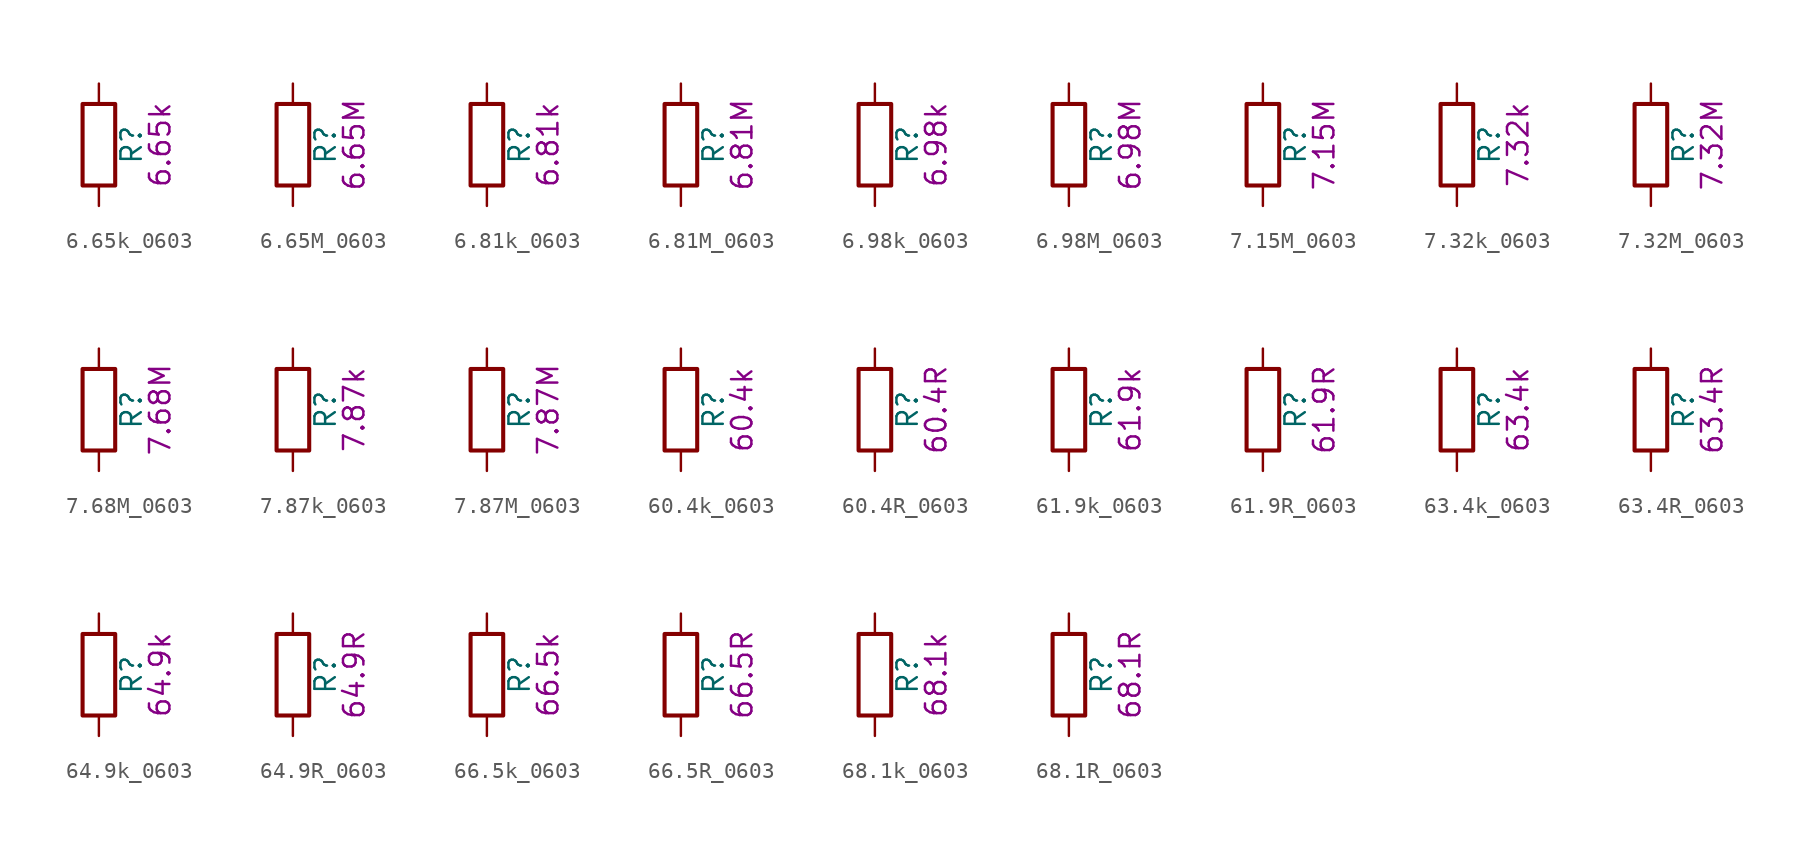
<source format=kicad_sym>
(kicad_symbol_lib
  (version 20211014)
  (generator kicad_symbol_editor)
  (symbol "6.65k_0603"
    (pin_numbers hide)
    (pin_names
      (offset 0))
    (property "Reference" "R"
      (at 2.032 0 90)
      (effects (font (size 1.27 1.27))))
    (property "Display" "6.65k"
      (at 3.81 0 90)
      (effects (font (size 1.27 1.27))))
    (symbol "6.65k_0603_0_1"
      (rectangle (start -1.016 -2.54) (end 1.016 2.54) (stroke (width 0.254) (type default) (color 0 0 0 0)) (fill (type none))))
    (symbol "6.65k_0603_1_1"
      (pin passive line (at 0 3.81 270) (length 1.27) (name "~" (effects (font (size 1.27 1.27)))) (number "1" (effects (font (size 1.27 1.27)))))
      (pin passive line (at 0 -3.81 90) (length 1.27) (name "~" (effects (font (size 1.27 1.27)))) (number "2" (effects (font (size 1.27 1.27)))))))
  (symbol "6.65M_0603"
    (pin_numbers hide)
    (pin_names
      (offset 0))
    (property "Reference" "R"
      (at 2.032 0 90)
      (effects (font (size 1.27 1.27))))
    (property "Display" "6.65M"
      (at 3.81 0 90)
      (effects (font (size 1.27 1.27))))
    (symbol "6.65M_0603_0_1"
      (rectangle (start -1.016 -2.54) (end 1.016 2.54) (stroke (width 0.254) (type default) (color 0 0 0 0)) (fill (type none))))
    (symbol "6.65M_0603_1_1"
      (pin passive line (at 0 3.81 270) (length 1.27) (name "~" (effects (font (size 1.27 1.27)))) (number "1" (effects (font (size 1.27 1.27)))))
      (pin passive line (at 0 -3.81 90) (length 1.27) (name "~" (effects (font (size 1.27 1.27)))) (number "2" (effects (font (size 1.27 1.27)))))))
  (symbol "6.81k_0603"
    (pin_numbers hide)
    (pin_names
      (offset 0))
    (property "Reference" "R"
      (at 2.032 0 90)
      (effects (font (size 1.27 1.27))))
    (property "Display" "6.81k"
      (at 3.81 0 90)
      (effects (font (size 1.27 1.27))))
    (symbol "6.81k_0603_0_1"
      (rectangle (start -1.016 -2.54) (end 1.016 2.54) (stroke (width 0.254) (type default) (color 0 0 0 0)) (fill (type none))))
    (symbol "6.81k_0603_1_1"
      (pin passive line (at 0 3.81 270) (length 1.27) (name "~" (effects (font (size 1.27 1.27)))) (number "1" (effects (font (size 1.27 1.27)))))
      (pin passive line (at 0 -3.81 90) (length 1.27) (name "~" (effects (font (size 1.27 1.27)))) (number "2" (effects (font (size 1.27 1.27)))))))
  (symbol "6.81M_0603"
    (pin_numbers hide)
    (pin_names
      (offset 0))
    (property "Reference" "R"
      (at 2.032 0 90)
      (effects (font (size 1.27 1.27))))
    (property "Display" "6.81M"
      (at 3.81 0 90)
      (effects (font (size 1.27 1.27))))
    (symbol "6.81M_0603_0_1"
      (rectangle (start -1.016 -2.54) (end 1.016 2.54) (stroke (width 0.254) (type default) (color 0 0 0 0)) (fill (type none))))
    (symbol "6.81M_0603_1_1"
      (pin passive line (at 0 3.81 270) (length 1.27) (name "~" (effects (font (size 1.27 1.27)))) (number "1" (effects (font (size 1.27 1.27)))))
      (pin passive line (at 0 -3.81 90) (length 1.27) (name "~" (effects (font (size 1.27 1.27)))) (number "2" (effects (font (size 1.27 1.27)))))))
  (symbol "6.98k_0603"
    (pin_numbers hide)
    (pin_names
      (offset 0))
    (property "Reference" "R"
      (at 2.032 0 90)
      (effects (font (size 1.27 1.27))))
    (property "Display" "6.98k"
      (at 3.81 0 90)
      (effects (font (size 1.27 1.27))))
    (symbol "6.98k_0603_0_1"
      (rectangle (start -1.016 -2.54) (end 1.016 2.54) (stroke (width 0.254) (type default) (color 0 0 0 0)) (fill (type none))))
    (symbol "6.98k_0603_1_1"
      (pin passive line (at 0 3.81 270) (length 1.27) (name "~" (effects (font (size 1.27 1.27)))) (number "1" (effects (font (size 1.27 1.27)))))
      (pin passive line (at 0 -3.81 90) (length 1.27) (name "~" (effects (font (size 1.27 1.27)))) (number "2" (effects (font (size 1.27 1.27)))))))
  (symbol "6.98M_0603"
    (pin_numbers hide)
    (pin_names
      (offset 0))
    (property "Reference" "R"
      (at 2.032 0 90)
      (effects (font (size 1.27 1.27))))
    (property "Display" "6.98M"
      (at 3.81 0 90)
      (effects (font (size 1.27 1.27))))
    (symbol "6.98M_0603_0_1"
      (rectangle (start -1.016 -2.54) (end 1.016 2.54) (stroke (width 0.254) (type default) (color 0 0 0 0)) (fill (type none))))
    (symbol "6.98M_0603_1_1"
      (pin passive line (at 0 3.81 270) (length 1.27) (name "~" (effects (font (size 1.27 1.27)))) (number "1" (effects (font (size 1.27 1.27)))))
      (pin passive line (at 0 -3.81 90) (length 1.27) (name "~" (effects (font (size 1.27 1.27)))) (number "2" (effects (font (size 1.27 1.27)))))))
  (symbol "7.15M_0603"
    (pin_numbers hide)
    (pin_names
      (offset 0))
    (property "Reference" "R"
      (at 2.032 0 90)
      (effects (font (size 1.27 1.27))))
    (property "Display" "7.15M"
      (at 3.81 0 90)
      (effects (font (size 1.27 1.27))))
    (symbol "7.15M_0603_0_1"
      (rectangle (start -1.016 -2.54) (end 1.016 2.54) (stroke (width 0.254) (type default) (color 0 0 0 0)) (fill (type none))))
    (symbol "7.15M_0603_1_1"
      (pin passive line (at 0 3.81 270) (length 1.27) (name "~" (effects (font (size 1.27 1.27)))) (number "1" (effects (font (size 1.27 1.27)))))
      (pin passive line (at 0 -3.81 90) (length 1.27) (name "~" (effects (font (size 1.27 1.27)))) (number "2" (effects (font (size 1.27 1.27)))))))
  (symbol "7.32k_0603"
    (pin_numbers hide)
    (pin_names
      (offset 0))
    (property "Reference" "R"
      (at 2.032 0 90)
      (effects (font (size 1.27 1.27))))
    (property "Display" "7.32k"
      (at 3.81 0 90)
      (effects (font (size 1.27 1.27))))
    (symbol "7.32k_0603_0_1"
      (rectangle (start -1.016 -2.54) (end 1.016 2.54) (stroke (width 0.254) (type default) (color 0 0 0 0)) (fill (type none))))
    (symbol "7.32k_0603_1_1"
      (pin passive line (at 0 3.81 270) (length 1.27) (name "~" (effects (font (size 1.27 1.27)))) (number "1" (effects (font (size 1.27 1.27)))))
      (pin passive line (at 0 -3.81 90) (length 1.27) (name "~" (effects (font (size 1.27 1.27)))) (number "2" (effects (font (size 1.27 1.27)))))))
  (symbol "7.32M_0603"
    (pin_numbers hide)
    (pin_names
      (offset 0))
    (property "Reference" "R"
      (at 2.032 0 90)
      (effects (font (size 1.27 1.27))))
    (property "Display" "7.32M"
      (at 3.81 0 90)
      (effects (font (size 1.27 1.27))))
    (symbol "7.32M_0603_0_1"
      (rectangle (start -1.016 -2.54) (end 1.016 2.54) (stroke (width 0.254) (type default) (color 0 0 0 0)) (fill (type none))))
    (symbol "7.32M_0603_1_1"
      (pin passive line (at 0 3.81 270) (length 1.27) (name "~" (effects (font (size 1.27 1.27)))) (number "1" (effects (font (size 1.27 1.27)))))
      (pin passive line (at 0 -3.81 90) (length 1.27) (name "~" (effects (font (size 1.27 1.27)))) (number "2" (effects (font (size 1.27 1.27)))))))
  (symbol "7.68M_0603"
    (pin_numbers hide)
    (pin_names
      (offset 0))
    (property "Reference" "R"
      (at 2.032 0 90)
      (effects (font (size 1.27 1.27))))
    (property "Display" "7.68M"
      (at 3.81 0 90)
      (effects (font (size 1.27 1.27))))
    (symbol "7.68M_0603_0_1"
      (rectangle (start -1.016 -2.54) (end 1.016 2.54) (stroke (width 0.254) (type default) (color 0 0 0 0)) (fill (type none))))
    (symbol "7.68M_0603_1_1"
      (pin passive line (at 0 3.81 270) (length 1.27) (name "~" (effects (font (size 1.27 1.27)))) (number "1" (effects (font (size 1.27 1.27)))))
      (pin passive line (at 0 -3.81 90) (length 1.27) (name "~" (effects (font (size 1.27 1.27)))) (number "2" (effects (font (size 1.27 1.27)))))))
  (symbol "7.87k_0603"
    (pin_numbers hide)
    (pin_names
      (offset 0))
    (property "Reference" "R"
      (at 2.032 0 90)
      (effects (font (size 1.27 1.27))))
    (property "Display" "7.87k"
      (at 3.81 0 90)
      (effects (font (size 1.27 1.27))))
    (symbol "7.87k_0603_0_1"
      (rectangle (start -1.016 -2.54) (end 1.016 2.54) (stroke (width 0.254) (type default) (color 0 0 0 0)) (fill (type none))))
    (symbol "7.87k_0603_1_1"
      (pin passive line (at 0 3.81 270) (length 1.27) (name "~" (effects (font (size 1.27 1.27)))) (number "1" (effects (font (size 1.27 1.27)))))
      (pin passive line (at 0 -3.81 90) (length 1.27) (name "~" (effects (font (size 1.27 1.27)))) (number "2" (effects (font (size 1.27 1.27)))))))
  (symbol "7.87M_0603"
    (pin_numbers hide)
    (pin_names
      (offset 0))
    (property "Reference" "R"
      (at 2.032 0 90)
      (effects (font (size 1.27 1.27))))
    (property "Display" "7.87M"
      (at 3.81 0 90)
      (effects (font (size 1.27 1.27))))
    (symbol "7.87M_0603_0_1"
      (rectangle (start -1.016 -2.54) (end 1.016 2.54) (stroke (width 0.254) (type default) (color 0 0 0 0)) (fill (type none))))
    (symbol "7.87M_0603_1_1"
      (pin passive line (at 0 3.81 270) (length 1.27) (name "~" (effects (font (size 1.27 1.27)))) (number "1" (effects (font (size 1.27 1.27)))))
      (pin passive line (at 0 -3.81 90) (length 1.27) (name "~" (effects (font (size 1.27 1.27)))) (number "2" (effects (font (size 1.27 1.27)))))))
  (symbol "60.4k_0603"
    (pin_numbers hide)
    (pin_names
      (offset 0))
    (property "Reference" "R"
      (at 2.032 0 90)
      (effects (font (size 1.27 1.27))))
    (property "Display" "60.4k"
      (at 3.81 0 90)
      (effects (font (size 1.27 1.27))))
    (symbol "60.4k_0603_0_1"
      (rectangle (start -1.016 -2.54) (end 1.016 2.54) (stroke (width 0.254) (type default) (color 0 0 0 0)) (fill (type none))))
    (symbol "60.4k_0603_1_1"
      (pin passive line (at 0 3.81 270) (length 1.27) (name "~" (effects (font (size 1.27 1.27)))) (number "1" (effects (font (size 1.27 1.27)))))
      (pin passive line (at 0 -3.81 90) (length 1.27) (name "~" (effects (font (size 1.27 1.27)))) (number "2" (effects (font (size 1.27 1.27)))))))
  (symbol "60.4R_0603"
    (pin_numbers hide)
    (pin_names
      (offset 0))
    (property "Reference" "R"
      (at 2.032 0 90)
      (effects (font (size 1.27 1.27))))
    (property "Display" "60.4R"
      (at 3.81 0 90)
      (effects (font (size 1.27 1.27))))
    (symbol "60.4R_0603_0_1"
      (rectangle (start -1.016 -2.54) (end 1.016 2.54) (stroke (width 0.254) (type default) (color 0 0 0 0)) (fill (type none))))
    (symbol "60.4R_0603_1_1"
      (pin passive line (at 0 3.81 270) (length 1.27) (name "~" (effects (font (size 1.27 1.27)))) (number "1" (effects (font (size 1.27 1.27)))))
      (pin passive line (at 0 -3.81 90) (length 1.27) (name "~" (effects (font (size 1.27 1.27)))) (number "2" (effects (font (size 1.27 1.27)))))))
  (symbol "61.9k_0603"
    (pin_numbers hide)
    (pin_names
      (offset 0))
    (property "Reference" "R"
      (at 2.032 0 90)
      (effects (font (size 1.27 1.27))))
    (property "Display" "61.9k"
      (at 3.81 0 90)
      (effects (font (size 1.27 1.27))))
    (symbol "61.9k_0603_0_1"
      (rectangle (start -1.016 -2.54) (end 1.016 2.54) (stroke (width 0.254) (type default) (color 0 0 0 0)) (fill (type none))))
    (symbol "61.9k_0603_1_1"
      (pin passive line (at 0 3.81 270) (length 1.27) (name "~" (effects (font (size 1.27 1.27)))) (number "1" (effects (font (size 1.27 1.27)))))
      (pin passive line (at 0 -3.81 90) (length 1.27) (name "~" (effects (font (size 1.27 1.27)))) (number "2" (effects (font (size 1.27 1.27)))))))
  (symbol "61.9R_0603"
    (pin_numbers hide)
    (pin_names
      (offset 0))
    (property "Reference" "R"
      (at 2.032 0 90)
      (effects (font (size 1.27 1.27))))
    (property "Display" "61.9R"
      (at 3.81 0 90)
      (effects (font (size 1.27 1.27))))
    (symbol "61.9R_0603_0_1"
      (rectangle (start -1.016 -2.54) (end 1.016 2.54) (stroke (width 0.254) (type default) (color 0 0 0 0)) (fill (type none))))
    (symbol "61.9R_0603_1_1"
      (pin passive line (at 0 3.81 270) (length 1.27) (name "~" (effects (font (size 1.27 1.27)))) (number "1" (effects (font (size 1.27 1.27)))))
      (pin passive line (at 0 -3.81 90) (length 1.27) (name "~" (effects (font (size 1.27 1.27)))) (number "2" (effects (font (size 1.27 1.27)))))))
  (symbol "63.4k_0603"
    (pin_numbers hide)
    (pin_names
      (offset 0))
    (property "Reference" "R"
      (at 2.032 0 90)
      (effects (font (size 1.27 1.27))))
    (property "Display" "63.4k"
      (at 3.81 0 90)
      (effects (font (size 1.27 1.27))))
    (symbol "63.4k_0603_0_1"
      (rectangle (start -1.016 -2.54) (end 1.016 2.54) (stroke (width 0.254) (type default) (color 0 0 0 0)) (fill (type none))))
    (symbol "63.4k_0603_1_1"
      (pin passive line (at 0 3.81 270) (length 1.27) (name "~" (effects (font (size 1.27 1.27)))) (number "1" (effects (font (size 1.27 1.27)))))
      (pin passive line (at 0 -3.81 90) (length 1.27) (name "~" (effects (font (size 1.27 1.27)))) (number "2" (effects (font (size 1.27 1.27)))))))
  (symbol "63.4R_0603"
    (pin_numbers hide)
    (pin_names
      (offset 0))
    (property "Reference" "R"
      (at 2.032 0 90)
      (effects (font (size 1.27 1.27))))
    (property "Display" "63.4R"
      (at 3.81 0 90)
      (effects (font (size 1.27 1.27))))
    (symbol "63.4R_0603_0_1"
      (rectangle (start -1.016 -2.54) (end 1.016 2.54) (stroke (width 0.254) (type default) (color 0 0 0 0)) (fill (type none))))
    (symbol "63.4R_0603_1_1"
      (pin passive line (at 0 3.81 270) (length 1.27) (name "~" (effects (font (size 1.27 1.27)))) (number "1" (effects (font (size 1.27 1.27)))))
      (pin passive line (at 0 -3.81 90) (length 1.27) (name "~" (effects (font (size 1.27 1.27)))) (number "2" (effects (font (size 1.27 1.27)))))))
  (symbol "64.9k_0603"
    (pin_numbers hide)
    (pin_names
      (offset 0))
    (property "Reference" "R"
      (at 2.032 0 90)
      (effects (font (size 1.27 1.27))))
    (property "Display" "64.9k"
      (at 3.81 0 90)
      (effects (font (size 1.27 1.27))))
    (symbol "64.9k_0603_0_1"
      (rectangle (start -1.016 -2.54) (end 1.016 2.54) (stroke (width 0.254) (type default) (color 0 0 0 0)) (fill (type none))))
    (symbol "64.9k_0603_1_1"
      (pin passive line (at 0 3.81 270) (length 1.27) (name "~" (effects (font (size 1.27 1.27)))) (number "1" (effects (font (size 1.27 1.27)))))
      (pin passive line (at 0 -3.81 90) (length 1.27) (name "~" (effects (font (size 1.27 1.27)))) (number "2" (effects (font (size 1.27 1.27)))))))
  (symbol "64.9R_0603"
    (pin_numbers hide)
    (pin_names
      (offset 0))
    (property "Reference" "R"
      (at 2.032 0 90)
      (effects (font (size 1.27 1.27))))
    (property "Display" "64.9R"
      (at 3.81 0 90)
      (effects (font (size 1.27 1.27))))
    (symbol "64.9R_0603_0_1"
      (rectangle (start -1.016 -2.54) (end 1.016 2.54) (stroke (width 0.254) (type default) (color 0 0 0 0)) (fill (type none))))
    (symbol "64.9R_0603_1_1"
      (pin passive line (at 0 3.81 270) (length 1.27) (name "~" (effects (font (size 1.27 1.27)))) (number "1" (effects (font (size 1.27 1.27)))))
      (pin passive line (at 0 -3.81 90) (length 1.27) (name "~" (effects (font (size 1.27 1.27)))) (number "2" (effects (font (size 1.27 1.27)))))))
  (symbol "66.5k_0603"
    (pin_numbers hide)
    (pin_names
      (offset 0))
    (property "Reference" "R"
      (at 2.032 0 90)
      (effects (font (size 1.27 1.27))))
    (property "Display" "66.5k"
      (at 3.81 0 90)
      (effects (font (size 1.27 1.27))))
    (symbol "66.5k_0603_0_1"
      (rectangle (start -1.016 -2.54) (end 1.016 2.54) (stroke (width 0.254) (type default) (color 0 0 0 0)) (fill (type none))))
    (symbol "66.5k_0603_1_1"
      (pin passive line (at 0 3.81 270) (length 1.27) (name "~" (effects (font (size 1.27 1.27)))) (number "1" (effects (font (size 1.27 1.27)))))
      (pin passive line (at 0 -3.81 90) (length 1.27) (name "~" (effects (font (size 1.27 1.27)))) (number "2" (effects (font (size 1.27 1.27)))))))
  (symbol "66.5R_0603"
    (pin_numbers hide)
    (pin_names
      (offset 0))
    (property "Reference" "R"
      (at 2.032 0 90)
      (effects (font (size 1.27 1.27))))
    (property "Display" "66.5R"
      (at 3.81 0 90)
      (effects (font (size 1.27 1.27))))
    (symbol "66.5R_0603_0_1"
      (rectangle (start -1.016 -2.54) (end 1.016 2.54) (stroke (width 0.254) (type default) (color 0 0 0 0)) (fill (type none))))
    (symbol "66.5R_0603_1_1"
      (pin passive line (at 0 3.81 270) (length 1.27) (name "~" (effects (font (size 1.27 1.27)))) (number "1" (effects (font (size 1.27 1.27)))))
      (pin passive line (at 0 -3.81 90) (length 1.27) (name "~" (effects (font (size 1.27 1.27)))) (number "2" (effects (font (size 1.27 1.27)))))))
  (symbol "68.1k_0603"
    (pin_numbers hide)
    (pin_names
      (offset 0))
    (property "Reference" "R"
      (at 2.032 0 90)
      (effects (font (size 1.27 1.27))))
    (property "Display" "68.1k"
      (at 3.81 0 90)
      (effects (font (size 1.27 1.27))))
    (symbol "68.1k_0603_0_1"
      (rectangle (start -1.016 -2.54) (end 1.016 2.54) (stroke (width 0.254) (type default) (color 0 0 0 0)) (fill (type none))))
    (symbol "68.1k_0603_1_1"
      (pin passive line (at 0 3.81 270) (length 1.27) (name "~" (effects (font (size 1.27 1.27)))) (number "1" (effects (font (size 1.27 1.27)))))
      (pin passive line (at 0 -3.81 90) (length 1.27) (name "~" (effects (font (size 1.27 1.27)))) (number "2" (effects (font (size 1.27 1.27)))))))
  (symbol "68.1R_0603"
    (pin_numbers hide)
    (pin_names
      (offset 0))
    (property "Reference" "R"
      (at 2.032 0 90)
      (effects (font (size 1.27 1.27))))
    (property "Display" "68.1R"
      (at 3.81 0 90)
      (effects (font (size 1.27 1.27))))
    (symbol "68.1R_0603_0_1"
      (rectangle (start -1.016 -2.54) (end 1.016 2.54) (stroke (width 0.254) (type default) (color 0 0 0 0)) (fill (type none))))
    (symbol "68.1R_0603_1_1"
      (pin passive line (at 0 3.81 270) (length 1.27) (name "~" (effects (font (size 1.27 1.27)))) (number "1" (effects (font (size 1.27 1.27)))))
      (pin passive line (at 0 -3.81 90) (length 1.27) (name "~" (effects (font (size 1.27 1.27)))) (number "2" (effects (font (size 1.27 1.27))))))))
</source>
